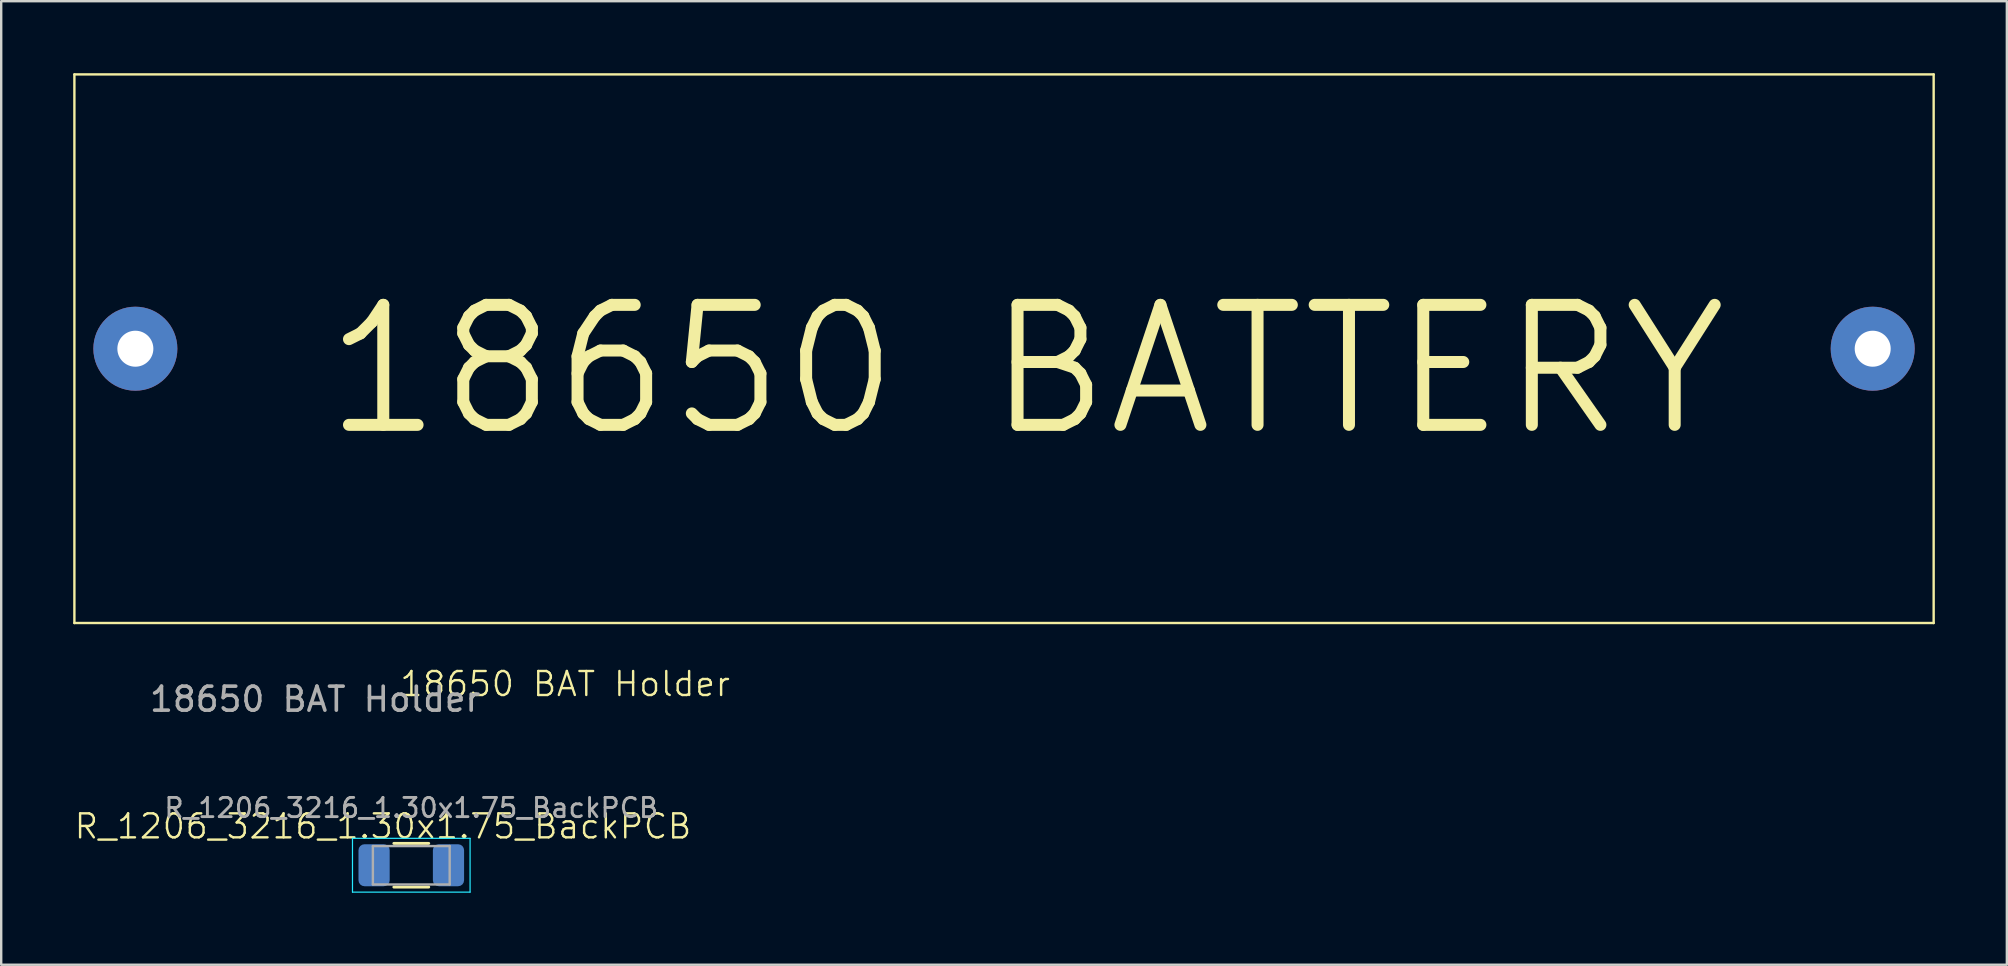
<source format=kicad_pcb>
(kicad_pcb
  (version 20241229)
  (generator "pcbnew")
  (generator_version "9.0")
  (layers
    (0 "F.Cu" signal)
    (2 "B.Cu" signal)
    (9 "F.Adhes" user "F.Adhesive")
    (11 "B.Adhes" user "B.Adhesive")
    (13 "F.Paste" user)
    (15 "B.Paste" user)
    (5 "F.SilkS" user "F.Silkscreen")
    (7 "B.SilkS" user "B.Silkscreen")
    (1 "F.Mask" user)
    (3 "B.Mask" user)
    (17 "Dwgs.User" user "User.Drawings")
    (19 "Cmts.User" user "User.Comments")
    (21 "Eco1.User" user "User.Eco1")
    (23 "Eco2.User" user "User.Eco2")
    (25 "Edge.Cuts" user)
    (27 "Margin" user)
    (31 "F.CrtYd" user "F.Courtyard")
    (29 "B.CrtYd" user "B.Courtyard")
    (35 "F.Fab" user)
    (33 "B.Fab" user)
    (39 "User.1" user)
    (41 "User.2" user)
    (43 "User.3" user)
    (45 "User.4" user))
  (footprint "18650 BAT Holder"
    (layer "F.Cu")
    (at 20.37 21.64)
    (property "Reference" "18650 BAT Holder" (at 0.127 3.81 0) (unlocked yes) (layer "F.SilkS") (effects (font (size 1 1) (thickness 0.1))))
    (attr through_hole)
    (fp_line (start -20.32 -21.59) (end 57.15 -21.59) (stroke (width 0.1) (type default)) (layer "F.SilkS"))
    (fp_line (start -20.32 1.27) (end -20.32 -21.59) (stroke (width 0.1) (type default)) (layer "F.SilkS"))
    (fp_line (start 57.15 -21.59) (end 57.15 1.27) (stroke (width 0.1) (type default)) (layer "F.SilkS"))
    (fp_line (start 57.15 1.27) (end -20.32 1.27) (stroke (width 0.1) (type default)) (layer "F.SilkS"))
    (fp_text user "18650 BATTERY" (at -10.16 -6.35 0) (unlocked yes) (layer "F.SilkS") (effects (font (size 5 5) (thickness 0.5)) (justify left bottom)))
    (fp_text user "${REFERENCE}" (at -10.287 4.445 0) (unlocked yes) (layer "F.Fab") (effects (font (size 1 1) (thickness 0.15))))
    (pad "1" thru_hole circle (at -17.78 -10.16) (size 3.5 3.5) (drill 1.5) (layers "*.Cu" "*.Mask"))
    (pad "2" thru_hole circle (at 54.61 -10.16) (size 3.5 3.5) (drill 1.5) (layers "*.Cu" "*.Mask")))
  (footprint "R_1206_3216_1.30x1.75_BackPCB"
    (layer "F.Cu")
    (at 12.907 31.882)
    (property "Reference" "R_1206_3216_1.30x1.75_BackPCB" (at 0 -0.5 0) (unlocked yes) (layer "F.SilkS") (effects (font (size 1 1) (thickness 0.1))))
    (attr smd)
    (fp_line (start 0.453 0.21) (end 1.907 0.21) (stroke (width 0.12) (type solid)) (layer "F.SilkS"))
    (fp_line (start 0.453 2.03) (end 1.907 2.03) (stroke (width 0.12) (type solid)) (layer "F.SilkS"))
    (fp_line (start -1.27 0) (end 3.63 0) (stroke (width 0.05) (type solid)) (layer "B.CrtYd"))
    (fp_line (start -1.27 2.24) (end -1.27 0) (stroke (width 0.05) (type solid)) (layer "B.CrtYd"))
    (fp_line (start 3.63 0) (end 3.63 2.24) (stroke (width 0.05) (type solid)) (layer "B.CrtYd"))
    (fp_line (start 3.63 2.24) (end -1.27 2.24) (stroke (width 0.05) (type solid)) (layer "B.CrtYd"))
    (fp_line (start -0.42 0.32) (end 2.78 0.32) (stroke (width 0.1) (type solid)) (layer "F.Fab"))
    (fp_line (start -0.42 1.92) (end -0.42 0.32) (stroke (width 0.1) (type solid)) (layer "F.Fab"))
    (fp_line (start 2.78 0.32) (end 2.78 1.92) (stroke (width 0.1) (type solid)) (layer "F.Fab"))
    (fp_line (start 2.78 1.92) (end -0.42 1.92) (stroke (width 0.1) (type solid)) (layer "F.Fab"))
    (fp_text user "${REFERENCE}" (at 1.18 -1.27 0) (layer "F.Fab") (effects (font (size 0.8 0.8) (thickness 0.12))))
    (pad "1" smd roundrect (at -0.37 1.12) (size 1.3 1.75) (layers "F.Mask" "B.Cu" "F.Paste") (roundrect_rratio 0.192))
    (pad "2" smd roundrect (at 2.73 1.12) (size 1.3 1.75) (layers "F.Mask" "B.Cu" "F.Paste") (roundrect_rratio 0.192)))
  (gr_rect
    (start -3 -3)
    (end 80.57 37.147)
    (stroke (width 0.1) (type default))
    (fill no)
    (layer "Edge.Cuts")))
</source>
